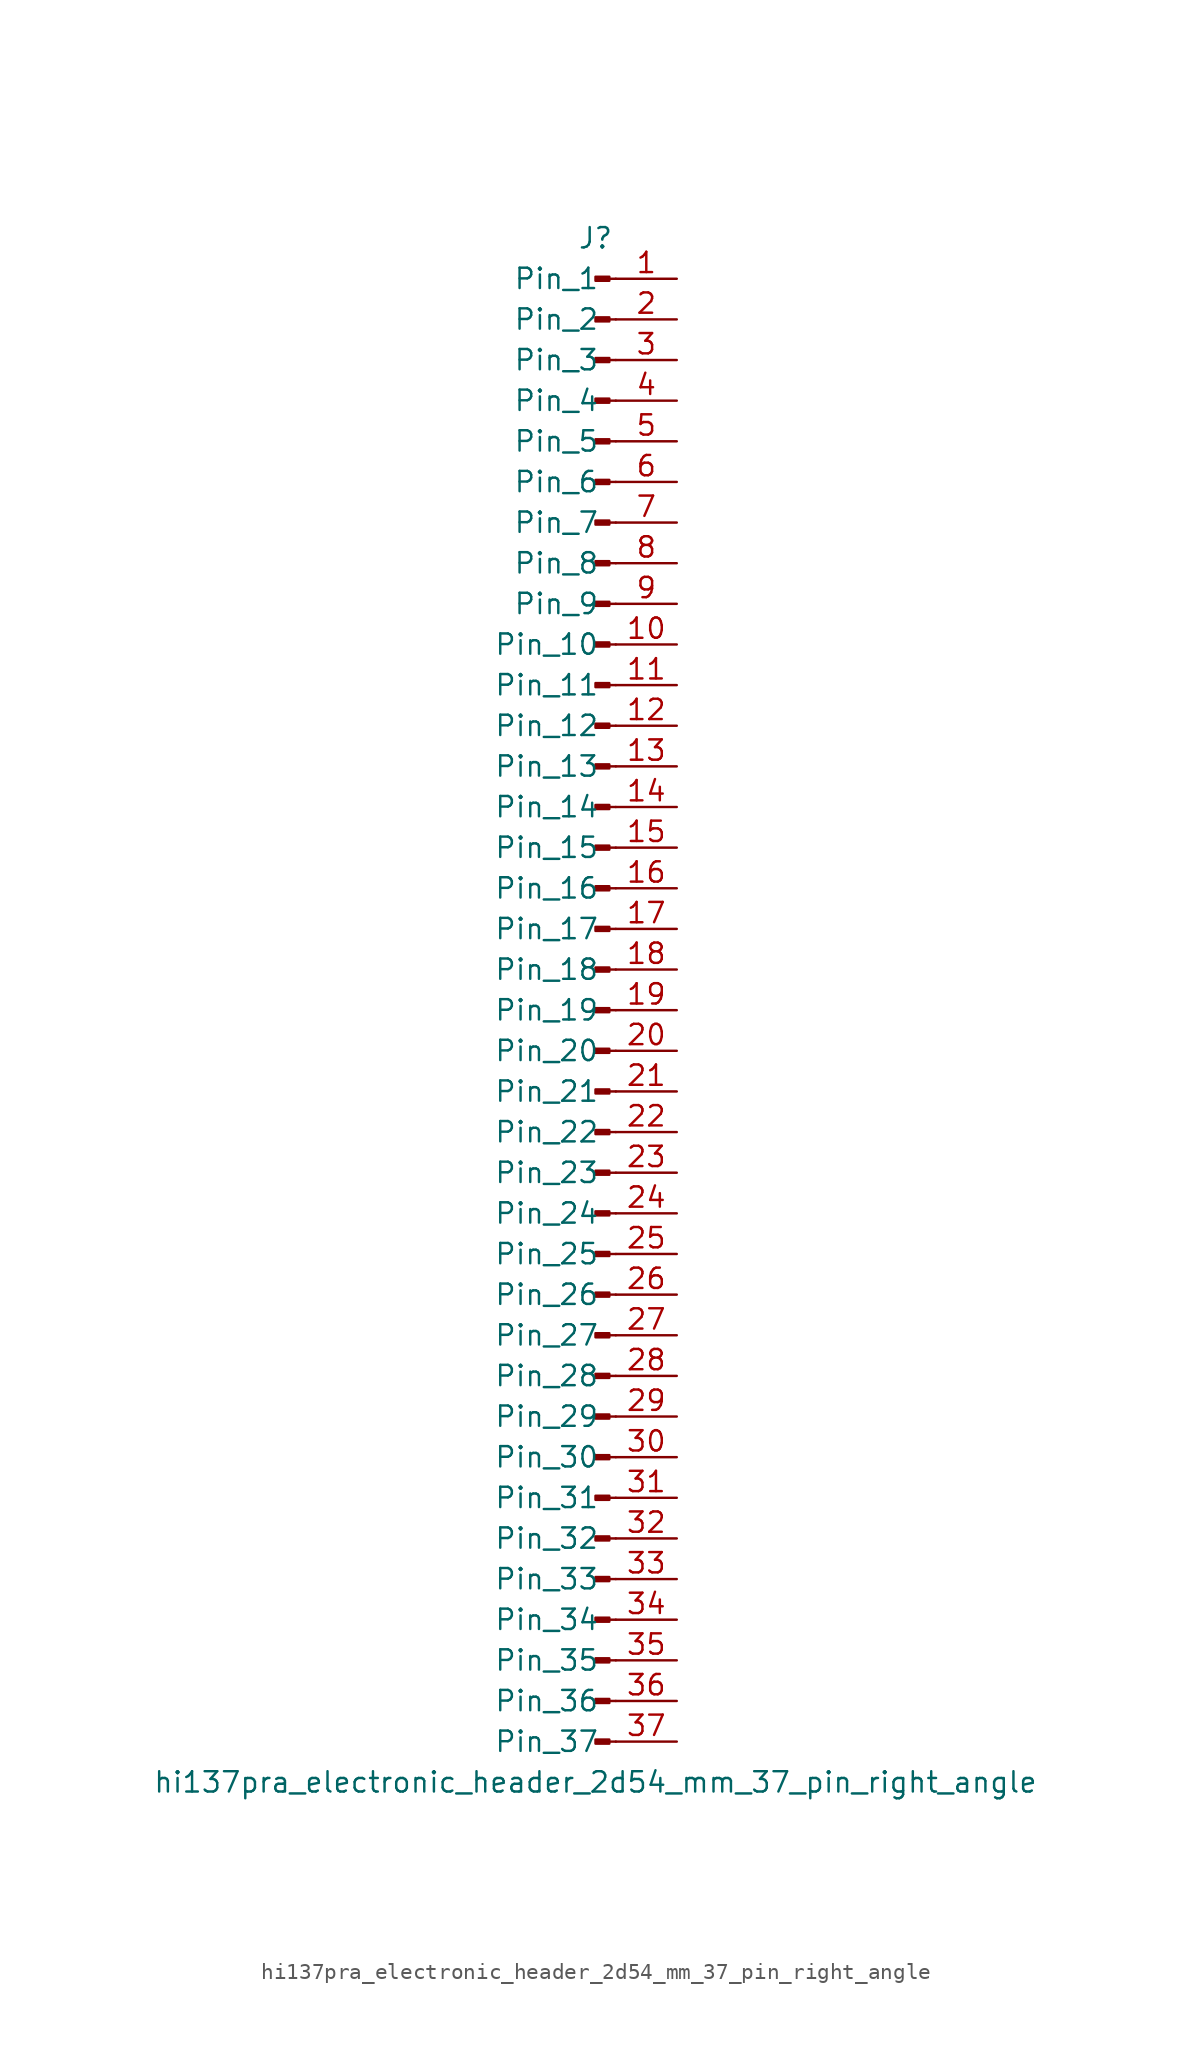
<source format=kicad_sym>
(kicad_symbol_lib
  (version 20220914)
  (generator kicad_symbol_editor)
  (symbol "hi137pra_electronic_header_2d54_mm_37_pin_right_angle"
    (pin_names
      (offset 1.016))
    (property "Reference" "J"
      (at 0 48.26 0)
      (effects (font (size 1.27 1.27))))
    (property "Value" "hi137pra_electronic_header_2d54_mm_37_pin_right_angle"
      (at 0 -48.26 0)
      (effects (font (size 1.27 1.27))))
    (property "ki_locked" ""
      (at 0 0 0)
      (effects (font (size 1.27 1.27))))
    (symbol "hi137pra_electronic_header_2d54_mm_37_pin_right_angle_1_1"
      (polyline (pts (xy 1.27 -45.72) (xy 0.864 -45.72)) (stroke (width 0.152) (type default)) (fill (type none)))
      (polyline (pts (xy 1.27 -43.18) (xy 0.864 -43.18)) (stroke (width 0.152) (type default)) (fill (type none)))
      (polyline (pts (xy 1.27 -40.64) (xy 0.864 -40.64)) (stroke (width 0.152) (type default)) (fill (type none)))
      (polyline (pts (xy 1.27 -38.1) (xy 0.864 -38.1)) (stroke (width 0.152) (type default)) (fill (type none)))
      (polyline (pts (xy 1.27 -35.56) (xy 0.864 -35.56)) (stroke (width 0.152) (type default)) (fill (type none)))
      (polyline (pts (xy 1.27 -33.02) (xy 0.864 -33.02)) (stroke (width 0.152) (type default)) (fill (type none)))
      (polyline (pts (xy 1.27 -30.48) (xy 0.864 -30.48)) (stroke (width 0.152) (type default)) (fill (type none)))
      (polyline (pts (xy 1.27 -27.94) (xy 0.864 -27.94)) (stroke (width 0.152) (type default)) (fill (type none)))
      (polyline (pts (xy 1.27 -25.4) (xy 0.864 -25.4)) (stroke (width 0.152) (type default)) (fill (type none)))
      (polyline (pts (xy 1.27 -22.86) (xy 0.864 -22.86)) (stroke (width 0.152) (type default)) (fill (type none)))
      (polyline (pts (xy 1.27 -20.32) (xy 0.864 -20.32)) (stroke (width 0.152) (type default)) (fill (type none)))
      (polyline (pts (xy 1.27 -17.78) (xy 0.864 -17.78)) (stroke (width 0.152) (type default)) (fill (type none)))
      (polyline (pts (xy 1.27 -15.24) (xy 0.864 -15.24)) (stroke (width 0.152) (type default)) (fill (type none)))
      (polyline (pts (xy 1.27 -12.7) (xy 0.864 -12.7)) (stroke (width 0.152) (type default)) (fill (type none)))
      (polyline (pts (xy 1.27 -10.16) (xy 0.864 -10.16)) (stroke (width 0.152) (type default)) (fill (type none)))
      (polyline (pts (xy 1.27 -7.62) (xy 0.864 -7.62)) (stroke (width 0.152) (type default)) (fill (type none)))
      (polyline (pts (xy 1.27 -5.08) (xy 0.864 -5.08)) (stroke (width 0.152) (type default)) (fill (type none)))
      (polyline (pts (xy 1.27 -2.54) (xy 0.864 -2.54)) (stroke (width 0.152) (type default)) (fill (type none)))
      (polyline (pts (xy 1.27 0) (xy 0.864 0)) (stroke (width 0.152) (type default)) (fill (type none)))
      (polyline (pts (xy 1.27 2.54) (xy 0.864 2.54)) (stroke (width 0.152) (type default)) (fill (type none)))
      (polyline (pts (xy 1.27 5.08) (xy 0.864 5.08)) (stroke (width 0.152) (type default)) (fill (type none)))
      (polyline (pts (xy 1.27 7.62) (xy 0.864 7.62)) (stroke (width 0.152) (type default)) (fill (type none)))
      (polyline (pts (xy 1.27 10.16) (xy 0.864 10.16)) (stroke (width 0.152) (type default)) (fill (type none)))
      (polyline (pts (xy 1.27 12.7) (xy 0.864 12.7)) (stroke (width 0.152) (type default)) (fill (type none)))
      (polyline (pts (xy 1.27 15.24) (xy 0.864 15.24)) (stroke (width 0.152) (type default)) (fill (type none)))
      (polyline (pts (xy 1.27 17.78) (xy 0.864 17.78)) (stroke (width 0.152) (type default)) (fill (type none)))
      (polyline (pts (xy 1.27 20.32) (xy 0.864 20.32)) (stroke (width 0.152) (type default)) (fill (type none)))
      (polyline (pts (xy 1.27 22.86) (xy 0.864 22.86)) (stroke (width 0.152) (type default)) (fill (type none)))
      (polyline (pts (xy 1.27 25.4) (xy 0.864 25.4)) (stroke (width 0.152) (type default)) (fill (type none)))
      (polyline (pts (xy 1.27 27.94) (xy 0.864 27.94)) (stroke (width 0.152) (type default)) (fill (type none)))
      (polyline (pts (xy 1.27 30.48) (xy 0.864 30.48)) (stroke (width 0.152) (type default)) (fill (type none)))
      (polyline (pts (xy 1.27 33.02) (xy 0.864 33.02)) (stroke (width 0.152) (type default)) (fill (type none)))
      (polyline (pts (xy 1.27 35.56) (xy 0.864 35.56)) (stroke (width 0.152) (type default)) (fill (type none)))
      (polyline (pts (xy 1.27 38.1) (xy 0.864 38.1)) (stroke (width 0.152) (type default)) (fill (type none)))
      (polyline (pts (xy 1.27 40.64) (xy 0.864 40.64)) (stroke (width 0.152) (type default)) (fill (type none)))
      (polyline (pts (xy 1.27 43.18) (xy 0.864 43.18)) (stroke (width 0.152) (type default)) (fill (type none)))
      (polyline (pts (xy 1.27 45.72) (xy 0.864 45.72)) (stroke (width 0.152) (type default)) (fill (type none)))
      (rectangle (start 0.864 -45.593) (end 0 -45.847) (stroke (width 0.152) (type default)) (fill (type outline)))
      (rectangle (start 0.864 -43.053) (end 0 -43.307) (stroke (width 0.152) (type default)) (fill (type outline)))
      (rectangle (start 0.864 -40.513) (end 0 -40.767) (stroke (width 0.152) (type default)) (fill (type outline)))
      (rectangle (start 0.864 -37.973) (end 0 -38.227) (stroke (width 0.152) (type default)) (fill (type outline)))
      (rectangle (start 0.864 -35.433) (end 0 -35.687) (stroke (width 0.152) (type default)) (fill (type outline)))
      (rectangle (start 0.864 -32.893) (end 0 -33.147) (stroke (width 0.152) (type default)) (fill (type outline)))
      (rectangle (start 0.864 -30.353) (end 0 -30.607) (stroke (width 0.152) (type default)) (fill (type outline)))
      (rectangle (start 0.864 -27.813) (end 0 -28.067) (stroke (width 0.152) (type default)) (fill (type outline)))
      (rectangle (start 0.864 -25.273) (end 0 -25.527) (stroke (width 0.152) (type default)) (fill (type outline)))
      (rectangle (start 0.864 -22.733) (end 0 -22.987) (stroke (width 0.152) (type default)) (fill (type outline)))
      (rectangle (start 0.864 -20.193) (end 0 -20.447) (stroke (width 0.152) (type default)) (fill (type outline)))
      (rectangle (start 0.864 -17.653) (end 0 -17.907) (stroke (width 0.152) (type default)) (fill (type outline)))
      (rectangle (start 0.864 -15.113) (end 0 -15.367) (stroke (width 0.152) (type default)) (fill (type outline)))
      (rectangle (start 0.864 -12.573) (end 0 -12.827) (stroke (width 0.152) (type default)) (fill (type outline)))
      (rectangle (start 0.864 -10.033) (end 0 -10.287) (stroke (width 0.152) (type default)) (fill (type outline)))
      (rectangle (start 0.864 -7.493) (end 0 -7.747) (stroke (width 0.152) (type default)) (fill (type outline)))
      (rectangle (start 0.864 -4.953) (end 0 -5.207) (stroke (width 0.152) (type default)) (fill (type outline)))
      (rectangle (start 0.864 -2.413) (end 0 -2.667) (stroke (width 0.152) (type default)) (fill (type outline)))
      (rectangle (start 0.864 0.127) (end 0 -0.127) (stroke (width 0.152) (type default)) (fill (type outline)))
      (rectangle (start 0.864 2.667) (end 0 2.413) (stroke (width 0.152) (type default)) (fill (type outline)))
      (rectangle (start 0.864 5.207) (end 0 4.953) (stroke (width 0.152) (type default)) (fill (type outline)))
      (rectangle (start 0.864 7.747) (end 0 7.493) (stroke (width 0.152) (type default)) (fill (type outline)))
      (rectangle (start 0.864 10.287) (end 0 10.033) (stroke (width 0.152) (type default)) (fill (type outline)))
      (rectangle (start 0.864 12.827) (end 0 12.573) (stroke (width 0.152) (type default)) (fill (type outline)))
      (rectangle (start 0.864 15.367) (end 0 15.113) (stroke (width 0.152) (type default)) (fill (type outline)))
      (rectangle (start 0.864 17.907) (end 0 17.653) (stroke (width 0.152) (type default)) (fill (type outline)))
      (rectangle (start 0.864 20.447) (end 0 20.193) (stroke (width 0.152) (type default)) (fill (type outline)))
      (rectangle (start 0.864 22.987) (end 0 22.733) (stroke (width 0.152) (type default)) (fill (type outline)))
      (rectangle (start 0.864 25.527) (end 0 25.273) (stroke (width 0.152) (type default)) (fill (type outline)))
      (rectangle (start 0.864 28.067) (end 0 27.813) (stroke (width 0.152) (type default)) (fill (type outline)))
      (rectangle (start 0.864 30.607) (end 0 30.353) (stroke (width 0.152) (type default)) (fill (type outline)))
      (rectangle (start 0.864 33.147) (end 0 32.893) (stroke (width 0.152) (type default)) (fill (type outline)))
      (rectangle (start 0.864 35.687) (end 0 35.433) (stroke (width 0.152) (type default)) (fill (type outline)))
      (rectangle (start 0.864 38.227) (end 0 37.973) (stroke (width 0.152) (type default)) (fill (type outline)))
      (rectangle (start 0.864 40.767) (end 0 40.513) (stroke (width 0.152) (type default)) (fill (type outline)))
      (rectangle (start 0.864 43.307) (end 0 43.053) (stroke (width 0.152) (type default)) (fill (type outline)))
      (rectangle (start 0.864 45.847) (end 0 45.593) (stroke (width 0.152) (type default)) (fill (type outline)))
      (pin passive line (at 5.08 45.72 180) (length 3.81) (name "Pin_1" (effects (font (size 1.27 1.27)))) (number "1" (effects (font (size 1.27 1.27)))))
      (pin passive line (at 5.08 22.86 180) (length 3.81) (name "Pin_10" (effects (font (size 1.27 1.27)))) (number "10" (effects (font (size 1.27 1.27)))))
      (pin passive line (at 5.08 20.32 180) (length 3.81) (name "Pin_11" (effects (font (size 1.27 1.27)))) (number "11" (effects (font (size 1.27 1.27)))))
      (pin passive line (at 5.08 17.78 180) (length 3.81) (name "Pin_12" (effects (font (size 1.27 1.27)))) (number "12" (effects (font (size 1.27 1.27)))))
      (pin passive line (at 5.08 15.24 180) (length 3.81) (name "Pin_13" (effects (font (size 1.27 1.27)))) (number "13" (effects (font (size 1.27 1.27)))))
      (pin passive line (at 5.08 12.7 180) (length 3.81) (name "Pin_14" (effects (font (size 1.27 1.27)))) (number "14" (effects (font (size 1.27 1.27)))))
      (pin passive line (at 5.08 10.16 180) (length 3.81) (name "Pin_15" (effects (font (size 1.27 1.27)))) (number "15" (effects (font (size 1.27 1.27)))))
      (pin passive line (at 5.08 7.62 180) (length 3.81) (name "Pin_16" (effects (font (size 1.27 1.27)))) (number "16" (effects (font (size 1.27 1.27)))))
      (pin passive line (at 5.08 5.08 180) (length 3.81) (name "Pin_17" (effects (font (size 1.27 1.27)))) (number "17" (effects (font (size 1.27 1.27)))))
      (pin passive line (at 5.08 2.54 180) (length 3.81) (name "Pin_18" (effects (font (size 1.27 1.27)))) (number "18" (effects (font (size 1.27 1.27)))))
      (pin passive line (at 5.08 0 180) (length 3.81) (name "Pin_19" (effects (font (size 1.27 1.27)))) (number "19" (effects (font (size 1.27 1.27)))))
      (pin passive line (at 5.08 43.18 180) (length 3.81) (name "Pin_2" (effects (font (size 1.27 1.27)))) (number "2" (effects (font (size 1.27 1.27)))))
      (pin passive line (at 5.08 -2.54 180) (length 3.81) (name "Pin_20" (effects (font (size 1.27 1.27)))) (number "20" (effects (font (size 1.27 1.27)))))
      (pin passive line (at 5.08 -5.08 180) (length 3.81) (name "Pin_21" (effects (font (size 1.27 1.27)))) (number "21" (effects (font (size 1.27 1.27)))))
      (pin passive line (at 5.08 -7.62 180) (length 3.81) (name "Pin_22" (effects (font (size 1.27 1.27)))) (number "22" (effects (font (size 1.27 1.27)))))
      (pin passive line (at 5.08 -10.16 180) (length 3.81) (name "Pin_23" (effects (font (size 1.27 1.27)))) (number "23" (effects (font (size 1.27 1.27)))))
      (pin passive line (at 5.08 -12.7 180) (length 3.81) (name "Pin_24" (effects (font (size 1.27 1.27)))) (number "24" (effects (font (size 1.27 1.27)))))
      (pin passive line (at 5.08 -15.24 180) (length 3.81) (name "Pin_25" (effects (font (size 1.27 1.27)))) (number "25" (effects (font (size 1.27 1.27)))))
      (pin passive line (at 5.08 -17.78 180) (length 3.81) (name "Pin_26" (effects (font (size 1.27 1.27)))) (number "26" (effects (font (size 1.27 1.27)))))
      (pin passive line (at 5.08 -20.32 180) (length 3.81) (name "Pin_27" (effects (font (size 1.27 1.27)))) (number "27" (effects (font (size 1.27 1.27)))))
      (pin passive line (at 5.08 -22.86 180) (length 3.81) (name "Pin_28" (effects (font (size 1.27 1.27)))) (number "28" (effects (font (size 1.27 1.27)))))
      (pin passive line (at 5.08 -25.4 180) (length 3.81) (name "Pin_29" (effects (font (size 1.27 1.27)))) (number "29" (effects (font (size 1.27 1.27)))))
      (pin passive line (at 5.08 40.64 180) (length 3.81) (name "Pin_3" (effects (font (size 1.27 1.27)))) (number "3" (effects (font (size 1.27 1.27)))))
      (pin passive line (at 5.08 -27.94 180) (length 3.81) (name "Pin_30" (effects (font (size 1.27 1.27)))) (number "30" (effects (font (size 1.27 1.27)))))
      (pin passive line (at 5.08 -30.48 180) (length 3.81) (name "Pin_31" (effects (font (size 1.27 1.27)))) (number "31" (effects (font (size 1.27 1.27)))))
      (pin passive line (at 5.08 -33.02 180) (length 3.81) (name "Pin_32" (effects (font (size 1.27 1.27)))) (number "32" (effects (font (size 1.27 1.27)))))
      (pin passive line (at 5.08 -35.56 180) (length 3.81) (name "Pin_33" (effects (font (size 1.27 1.27)))) (number "33" (effects (font (size 1.27 1.27)))))
      (pin passive line (at 5.08 -38.1 180) (length 3.81) (name "Pin_34" (effects (font (size 1.27 1.27)))) (number "34" (effects (font (size 1.27 1.27)))))
      (pin passive line (at 5.08 -40.64 180) (length 3.81) (name "Pin_35" (effects (font (size 1.27 1.27)))) (number "35" (effects (font (size 1.27 1.27)))))
      (pin passive line (at 5.08 -43.18 180) (length 3.81) (name "Pin_36" (effects (font (size 1.27 1.27)))) (number "36" (effects (font (size 1.27 1.27)))))
      (pin passive line (at 5.08 -45.72 180) (length 3.81) (name "Pin_37" (effects (font (size 1.27 1.27)))) (number "37" (effects (font (size 1.27 1.27)))))
      (pin passive line (at 5.08 38.1 180) (length 3.81) (name "Pin_4" (effects (font (size 1.27 1.27)))) (number "4" (effects (font (size 1.27 1.27)))))
      (pin passive line (at 5.08 35.56 180) (length 3.81) (name "Pin_5" (effects (font (size 1.27 1.27)))) (number "5" (effects (font (size 1.27 1.27)))))
      (pin passive line (at 5.08 33.02 180) (length 3.81) (name "Pin_6" (effects (font (size 1.27 1.27)))) (number "6" (effects (font (size 1.27 1.27)))))
      (pin passive line (at 5.08 30.48 180) (length 3.81) (name "Pin_7" (effects (font (size 1.27 1.27)))) (number "7" (effects (font (size 1.27 1.27)))))
      (pin passive line (at 5.08 27.94 180) (length 3.81) (name "Pin_8" (effects (font (size 1.27 1.27)))) (number "8" (effects (font (size 1.27 1.27)))))
      (pin passive line (at 5.08 25.4 180) (length 3.81) (name "Pin_9" (effects (font (size 1.27 1.27)))) (number "9" (effects (font (size 1.27 1.27))))))))
</source>
